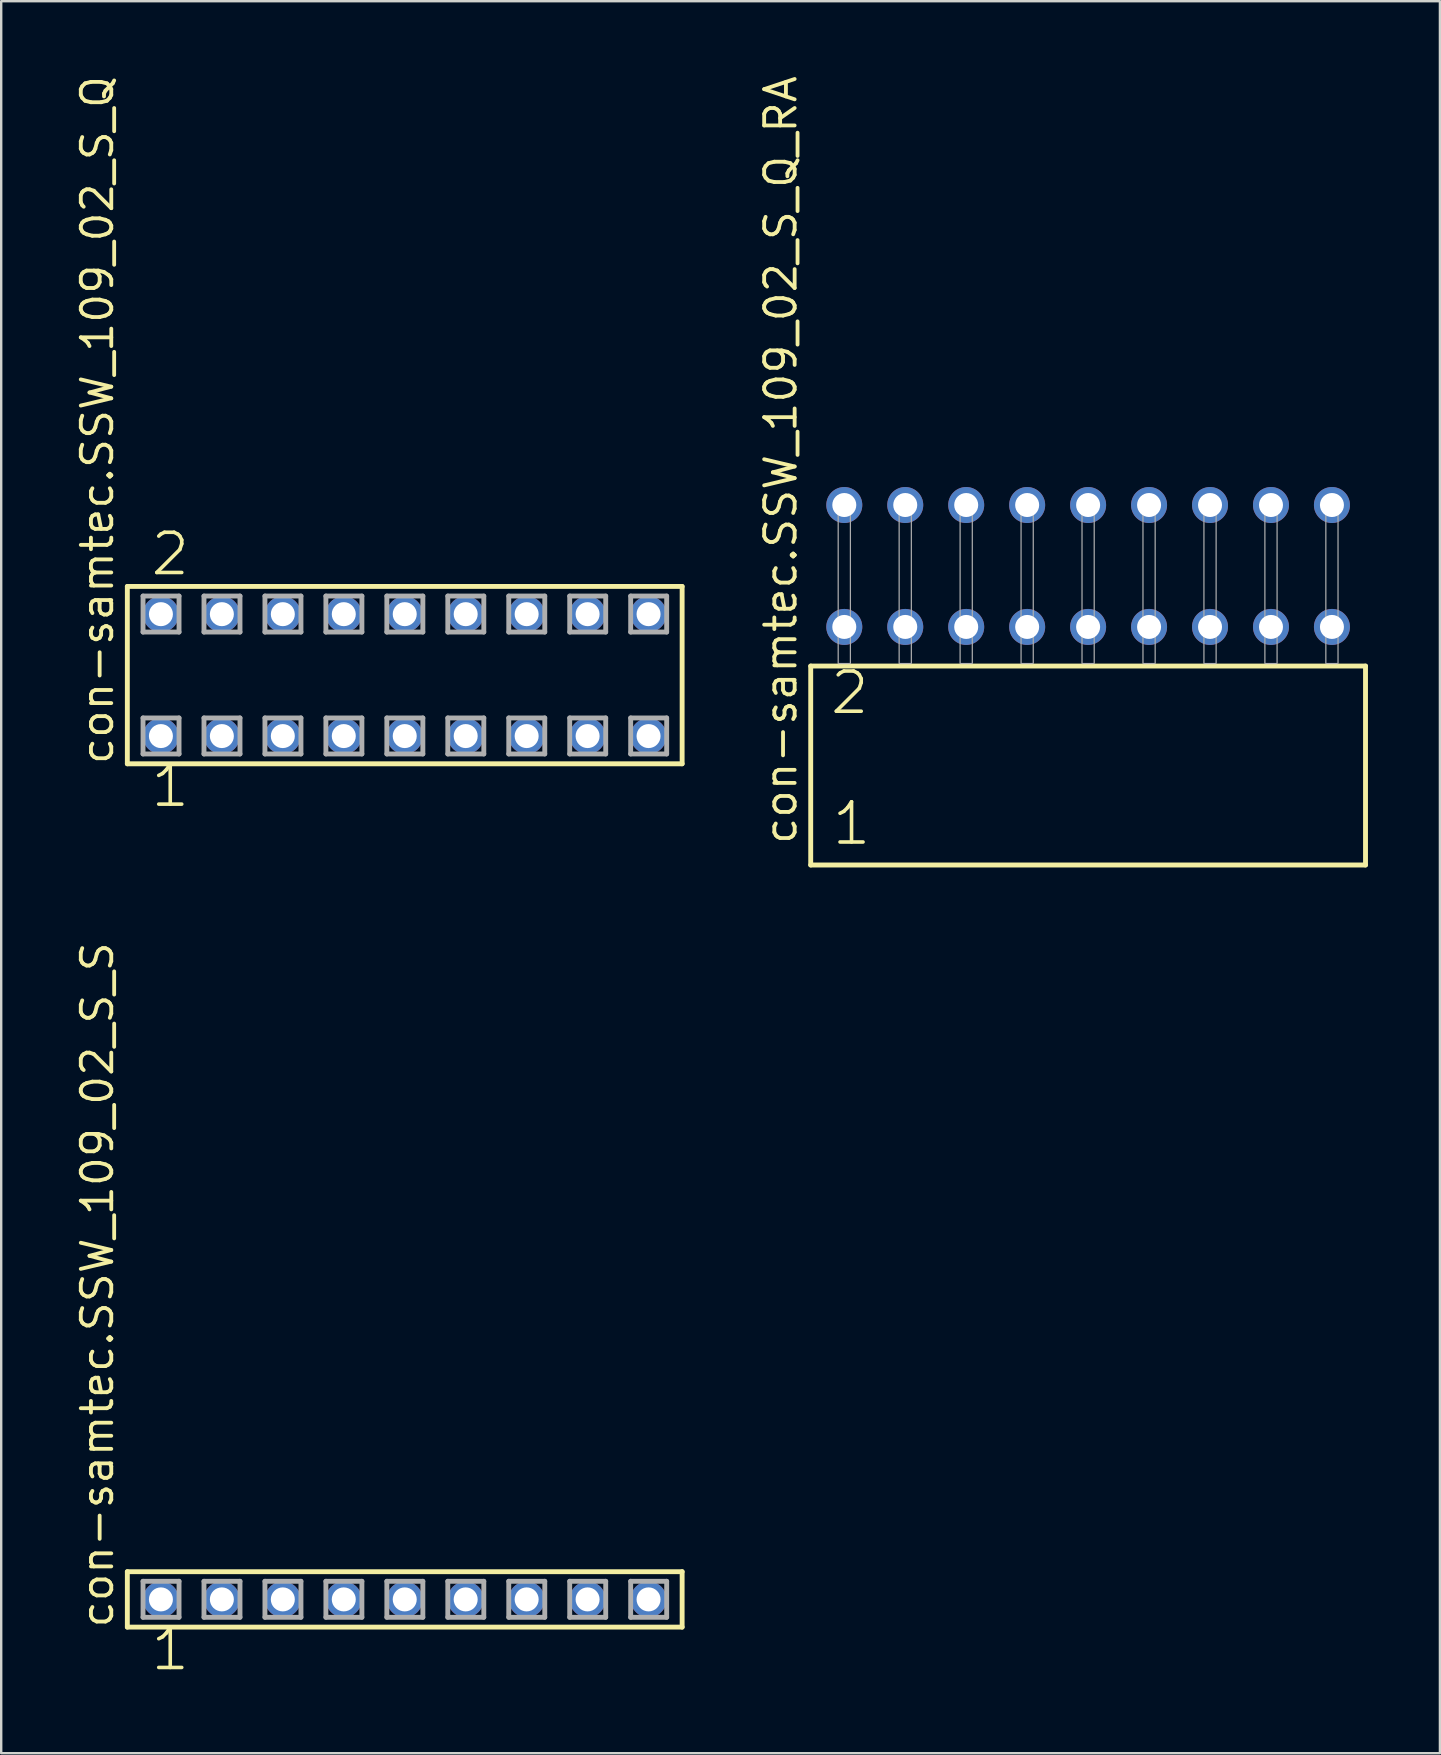
<source format=kicad_pcb>
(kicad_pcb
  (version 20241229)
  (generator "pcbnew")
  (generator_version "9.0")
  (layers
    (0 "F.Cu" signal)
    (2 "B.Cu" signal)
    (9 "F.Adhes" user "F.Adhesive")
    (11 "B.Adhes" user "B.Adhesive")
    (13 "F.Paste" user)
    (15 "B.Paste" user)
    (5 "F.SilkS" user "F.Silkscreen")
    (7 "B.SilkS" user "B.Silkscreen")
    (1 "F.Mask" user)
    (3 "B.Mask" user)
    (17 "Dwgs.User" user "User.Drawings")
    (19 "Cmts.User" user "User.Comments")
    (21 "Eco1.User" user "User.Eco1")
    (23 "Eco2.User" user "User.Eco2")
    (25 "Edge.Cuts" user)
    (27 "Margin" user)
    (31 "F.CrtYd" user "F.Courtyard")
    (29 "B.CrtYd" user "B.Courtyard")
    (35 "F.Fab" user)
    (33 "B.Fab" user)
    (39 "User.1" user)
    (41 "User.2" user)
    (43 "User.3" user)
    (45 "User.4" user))
  (footprint "con-samtec.SSW_109_02_S_Q_RA"
    (layer "F.Cu")
    (at 42.291 24.598)
    (property "Reference" "con-samtec.SSW_109_02_S_Q_RA" (at -12.065 7.62 90) (layer "F.SilkS") (effects (font (size 1.27 1.27) (thickness 0.16)) (justify left bottom)))
    (attr through_hole)
    (fp_line (start -11.559 0.106) (end -11.559 8.396) (stroke (width 0.203) (type default)) (layer "F.SilkS"))
    (fp_line (start -11.559 8.396) (end 11.559 8.396) (stroke (width 0.203) (type default)) (layer "F.SilkS"))
    (fp_line (start 11.559 0.106) (end -11.559 0.106) (stroke (width 0.203) (type default)) (layer "F.SilkS"))
    (fp_line (start 11.559 8.396) (end 11.559 0.106) (stroke (width 0.203) (type default)) (layer "F.SilkS"))
    (fp_rect (start -10.414 0) (end -9.906 -6.858) (stroke (width 0.05) (type default)) (fill no) (layer "F.Fab"))
    (fp_rect (start -7.874 0) (end -7.366 -6.858) (stroke (width 0.05) (type default)) (fill no) (layer "F.Fab"))
    (fp_rect (start -5.334 0) (end -4.826 -6.858) (stroke (width 0.05) (type default)) (fill no) (layer "F.Fab"))
    (fp_rect (start -2.794 0) (end -2.286 -6.858) (stroke (width 0.05) (type default)) (fill no) (layer "F.Fab"))
    (fp_rect (start -0.254 0) (end 0.254 -6.858) (stroke (width 0.05) (type default)) (fill no) (layer "F.Fab"))
    (fp_rect (start 2.286 0) (end 2.794 -6.858) (stroke (width 0.05) (type default)) (fill no) (layer "F.Fab"))
    (fp_rect (start 4.826 0) (end 5.334 -6.858) (stroke (width 0.05) (type default)) (fill no) (layer "F.Fab"))
    (fp_rect (start 7.366 0) (end 7.874 -6.858) (stroke (width 0.05) (type default)) (fill no) (layer "F.Fab"))
    (fp_rect (start 9.906 0) (end 10.414 -6.858) (stroke (width 0.05) (type default)) (fill no) (layer "F.Fab"))
    (fp_text user "1" (at -10.755 7.65 0) (layer "F.SilkS") (effects (font (size 1.676 1.676) (thickness 0.15)) (justify left bottom)))
    (fp_text user "2" (at -10.83 2.2 0) (layer "F.SilkS") (effects (font (size 1.676 1.676) (thickness 0.15)) (justify left bottom)))
    (pad "1" thru_hole circle (at -10.16 -1.524) (size 1.5 1.5) (drill 1) (layers "*.Cu" "*.Mask"))
    (pad "2" thru_hole circle (at -10.16 -6.604) (size 1.5 1.5) (drill 1) (layers "*.Cu" "*.Mask"))
    (pad "3" thru_hole circle (at -7.62 -1.524) (size 1.5 1.5) (drill 1) (layers "*.Cu" "*.Mask"))
    (pad "4" thru_hole circle (at -7.62 -6.604) (size 1.5 1.5) (drill 1) (layers "*.Cu" "*.Mask"))
    (pad "5" thru_hole circle (at -5.08 -1.524) (size 1.5 1.5) (drill 1) (layers "*.Cu" "*.Mask"))
    (pad "6" thru_hole circle (at -5.08 -6.604) (size 1.5 1.5) (drill 1) (layers "*.Cu" "*.Mask"))
    (pad "7" thru_hole circle (at -2.54 -1.524) (size 1.5 1.5) (drill 1) (layers "*.Cu" "*.Mask"))
    (pad "8" thru_hole circle (at -2.54 -6.604) (size 1.5 1.5) (drill 1) (layers "*.Cu" "*.Mask"))
    (pad "9" thru_hole circle (at 0 -1.524) (size 1.5 1.5) (drill 1) (layers "*.Cu" "*.Mask"))
    (pad "10" thru_hole circle (at 0 -6.604) (size 1.5 1.5) (drill 1) (layers "*.Cu" "*.Mask"))
    (pad "11" thru_hole circle (at 2.54 -1.524) (size 1.5 1.5) (drill 1) (layers "*.Cu" "*.Mask"))
    (pad "12" thru_hole circle (at 2.54 -6.604) (size 1.5 1.5) (drill 1) (layers "*.Cu" "*.Mask"))
    (pad "13" thru_hole circle (at 5.08 -1.524) (size 1.5 1.5) (drill 1) (layers "*.Cu" "*.Mask"))
    (pad "14" thru_hole circle (at 5.08 -6.604) (size 1.5 1.5) (drill 1) (layers "*.Cu" "*.Mask"))
    (pad "15" thru_hole circle (at 7.62 -1.524) (size 1.5 1.5) (drill 1) (layers "*.Cu" "*.Mask"))
    (pad "16" thru_hole circle (at 7.62 -6.604) (size 1.5 1.5) (drill 1) (layers "*.Cu" "*.Mask"))
    (pad "17" thru_hole circle (at 10.16 -1.524) (size 1.5 1.5) (drill 1) (layers "*.Cu" "*.Mask"))
    (pad "18" thru_hole circle (at 10.16 -6.604) (size 1.5 1.5) (drill 1) (layers "*.Cu" "*.Mask")))
  (footprint "con-samtec.SSW_109_02_S_Q"
    (layer "F.Cu")
    (at 13.815 25.082)
    (property "Reference" "con-samtec.SSW_109_02_S_Q" (at -12.065 3.81 90) (layer "F.SilkS") (effects (font (size 1.27 1.27) (thickness 0.16)) (justify left bottom)))
    (attr through_hole)
    (fp_line (start -11.559 -3.695) (end 11.559 -3.695) (stroke (width 0.203) (type default)) (layer "F.SilkS"))
    (fp_line (start -11.559 3.695) (end -11.559 -3.695) (stroke (width 0.203) (type default)) (layer "F.SilkS"))
    (fp_line (start 11.559 -3.695) (end 11.559 3.695) (stroke (width 0.203) (type default)) (layer "F.SilkS"))
    (fp_line (start 11.559 3.695) (end -11.559 3.695) (stroke (width 0.203) (type default)) (layer "F.SilkS"))
    (fp_line (start -10.905 -3.295) (end -9.405 -3.295) (stroke (width 0.203) (type default)) (layer "F.Fab"))
    (fp_line (start -10.905 -1.795) (end -10.905 -3.295) (stroke (width 0.203) (type default)) (layer "F.Fab"))
    (fp_line (start -10.905 1.785) (end -9.405 1.785) (stroke (width 0.203) (type default)) (layer "F.Fab"))
    (fp_line (start -10.905 3.285) (end -10.905 1.785) (stroke (width 0.203) (type default)) (layer "F.Fab"))
    (fp_line (start -9.405 -3.295) (end -9.405 -1.795) (stroke (width 0.203) (type default)) (layer "F.Fab"))
    (fp_line (start -9.405 -1.795) (end -10.905 -1.795) (stroke (width 0.203) (type default)) (layer "F.Fab"))
    (fp_line (start -9.405 1.785) (end -9.405 3.285) (stroke (width 0.203) (type default)) (layer "F.Fab"))
    (fp_line (start -9.405 3.285) (end -10.905 3.285) (stroke (width 0.203) (type default)) (layer "F.Fab"))
    (fp_line (start -8.365 -3.295) (end -6.865 -3.295) (stroke (width 0.203) (type default)) (layer "F.Fab"))
    (fp_line (start -8.365 -1.795) (end -8.365 -3.295) (stroke (width 0.203) (type default)) (layer "F.Fab"))
    (fp_line (start -8.365 1.785) (end -6.865 1.785) (stroke (width 0.203) (type default)) (layer "F.Fab"))
    (fp_line (start -8.365 3.285) (end -8.365 1.785) (stroke (width 0.203) (type default)) (layer "F.Fab"))
    (fp_line (start -6.865 -3.295) (end -6.865 -1.795) (stroke (width 0.203) (type default)) (layer "F.Fab"))
    (fp_line (start -6.865 -1.795) (end -8.365 -1.795) (stroke (width 0.203) (type default)) (layer "F.Fab"))
    (fp_line (start -6.865 1.785) (end -6.865 3.285) (stroke (width 0.203) (type default)) (layer "F.Fab"))
    (fp_line (start -6.865 3.285) (end -8.365 3.285) (stroke (width 0.203) (type default)) (layer "F.Fab"))
    (fp_line (start -5.825 -3.295) (end -4.325 -3.295) (stroke (width 0.203) (type default)) (layer "F.Fab"))
    (fp_line (start -5.825 -1.795) (end -5.825 -3.295) (stroke (width 0.203) (type default)) (layer "F.Fab"))
    (fp_line (start -5.825 1.785) (end -4.325 1.785) (stroke (width 0.203) (type default)) (layer "F.Fab"))
    (fp_line (start -5.825 3.285) (end -5.825 1.785) (stroke (width 0.203) (type default)) (layer "F.Fab"))
    (fp_line (start -4.325 -3.295) (end -4.325 -1.795) (stroke (width 0.203) (type default)) (layer "F.Fab"))
    (fp_line (start -4.325 -1.795) (end -5.825 -1.795) (stroke (width 0.203) (type default)) (layer "F.Fab"))
    (fp_line (start -4.325 1.785) (end -4.325 3.285) (stroke (width 0.203) (type default)) (layer "F.Fab"))
    (fp_line (start -4.325 3.285) (end -5.825 3.285) (stroke (width 0.203) (type default)) (layer "F.Fab"))
    (fp_line (start -3.285 -3.295) (end -1.785 -3.295) (stroke (width 0.203) (type default)) (layer "F.Fab"))
    (fp_line (start -3.285 -1.795) (end -3.285 -3.295) (stroke (width 0.203) (type default)) (layer "F.Fab"))
    (fp_line (start -3.285 1.785) (end -1.785 1.785) (stroke (width 0.203) (type default)) (layer "F.Fab"))
    (fp_line (start -3.285 3.285) (end -3.285 1.785) (stroke (width 0.203) (type default)) (layer "F.Fab"))
    (fp_line (start -1.785 -3.295) (end -1.785 -1.795) (stroke (width 0.203) (type default)) (layer "F.Fab"))
    (fp_line (start -1.785 -1.795) (end -3.285 -1.795) (stroke (width 0.203) (type default)) (layer "F.Fab"))
    (fp_line (start -1.785 1.785) (end -1.785 3.285) (stroke (width 0.203) (type default)) (layer "F.Fab"))
    (fp_line (start -1.785 3.285) (end -3.285 3.285) (stroke (width 0.203) (type default)) (layer "F.Fab"))
    (fp_line (start -0.745 -3.295) (end 0.755 -3.295) (stroke (width 0.203) (type default)) (layer "F.Fab"))
    (fp_line (start -0.745 -1.795) (end -0.745 -3.295) (stroke (width 0.203) (type default)) (layer "F.Fab"))
    (fp_line (start -0.745 1.785) (end 0.755 1.785) (stroke (width 0.203) (type default)) (layer "F.Fab"))
    (fp_line (start -0.745 3.285) (end -0.745 1.785) (stroke (width 0.203) (type default)) (layer "F.Fab"))
    (fp_line (start 0.755 -3.295) (end 0.755 -1.795) (stroke (width 0.203) (type default)) (layer "F.Fab"))
    (fp_line (start 0.755 -1.795) (end -0.745 -1.795) (stroke (width 0.203) (type default)) (layer "F.Fab"))
    (fp_line (start 0.755 1.785) (end 0.755 3.285) (stroke (width 0.203) (type default)) (layer "F.Fab"))
    (fp_line (start 0.755 3.285) (end -0.745 3.285) (stroke (width 0.203) (type default)) (layer "F.Fab"))
    (fp_line (start 1.795 -3.295) (end 3.295 -3.295) (stroke (width 0.203) (type default)) (layer "F.Fab"))
    (fp_line (start 1.795 -1.795) (end 1.795 -3.295) (stroke (width 0.203) (type default)) (layer "F.Fab"))
    (fp_line (start 1.795 1.785) (end 3.295 1.785) (stroke (width 0.203) (type default)) (layer "F.Fab"))
    (fp_line (start 1.795 3.285) (end 1.795 1.785) (stroke (width 0.203) (type default)) (layer "F.Fab"))
    (fp_line (start 3.295 -3.295) (end 3.295 -1.795) (stroke (width 0.203) (type default)) (layer "F.Fab"))
    (fp_line (start 3.295 -1.795) (end 1.795 -1.795) (stroke (width 0.203) (type default)) (layer "F.Fab"))
    (fp_line (start 3.295 1.785) (end 3.295 3.285) (stroke (width 0.203) (type default)) (layer "F.Fab"))
    (fp_line (start 3.295 3.285) (end 1.795 3.285) (stroke (width 0.203) (type default)) (layer "F.Fab"))
    (fp_line (start 4.335 -3.295) (end 5.835 -3.295) (stroke (width 0.203) (type default)) (layer "F.Fab"))
    (fp_line (start 4.335 -1.795) (end 4.335 -3.295) (stroke (width 0.203) (type default)) (layer "F.Fab"))
    (fp_line (start 4.335 1.785) (end 5.835 1.785) (stroke (width 0.203) (type default)) (layer "F.Fab"))
    (fp_line (start 4.335 3.285) (end 4.335 1.785) (stroke (width 0.203) (type default)) (layer "F.Fab"))
    (fp_line (start 5.835 -3.295) (end 5.835 -1.795) (stroke (width 0.203) (type default)) (layer "F.Fab"))
    (fp_line (start 5.835 -1.795) (end 4.335 -1.795) (stroke (width 0.203) (type default)) (layer "F.Fab"))
    (fp_line (start 5.835 1.785) (end 5.835 3.285) (stroke (width 0.203) (type default)) (layer "F.Fab"))
    (fp_line (start 5.835 3.285) (end 4.335 3.285) (stroke (width 0.203) (type default)) (layer "F.Fab"))
    (fp_line (start 6.875 -3.295) (end 8.375 -3.295) (stroke (width 0.203) (type default)) (layer "F.Fab"))
    (fp_line (start 6.875 -1.795) (end 6.875 -3.295) (stroke (width 0.203) (type default)) (layer "F.Fab"))
    (fp_line (start 6.875 1.785) (end 8.375 1.785) (stroke (width 0.203) (type default)) (layer "F.Fab"))
    (fp_line (start 6.875 3.285) (end 6.875 1.785) (stroke (width 0.203) (type default)) (layer "F.Fab"))
    (fp_line (start 8.375 -3.295) (end 8.375 -1.795) (stroke (width 0.203) (type default)) (layer "F.Fab"))
    (fp_line (start 8.375 -1.795) (end 6.875 -1.795) (stroke (width 0.203) (type default)) (layer "F.Fab"))
    (fp_line (start 8.375 1.785) (end 8.375 3.285) (stroke (width 0.203) (type default)) (layer "F.Fab"))
    (fp_line (start 8.375 3.285) (end 6.875 3.285) (stroke (width 0.203) (type default)) (layer "F.Fab"))
    (fp_line (start 9.415 -3.295) (end 10.915 -3.295) (stroke (width 0.203) (type default)) (layer "F.Fab"))
    (fp_line (start 9.415 -1.795) (end 9.415 -3.295) (stroke (width 0.203) (type default)) (layer "F.Fab"))
    (fp_line (start 9.415 1.785) (end 10.915 1.785) (stroke (width 0.203) (type default)) (layer "F.Fab"))
    (fp_line (start 9.415 3.285) (end 9.415 1.785) (stroke (width 0.203) (type default)) (layer "F.Fab"))
    (fp_line (start 10.915 -3.295) (end 10.915 -1.795) (stroke (width 0.203) (type default)) (layer "F.Fab"))
    (fp_line (start 10.915 -1.795) (end 9.415 -1.795) (stroke (width 0.203) (type default)) (layer "F.Fab"))
    (fp_line (start 10.915 1.785) (end 10.915 3.285) (stroke (width 0.203) (type default)) (layer "F.Fab"))
    (fp_line (start 10.915 3.285) (end 9.415 3.285) (stroke (width 0.203) (type default)) (layer "F.Fab"))
    (fp_text user "2" (at -10.668 -4.064 0) (layer "F.SilkS") (effects (font (size 1.676 1.676) (thickness 0.15)) (justify left bottom)))
    (fp_text user "1" (at -10.668 5.588 0) (layer "F.SilkS") (effects (font (size 1.676 1.676) (thickness 0.15)) (justify left bottom)))
    (pad "1" thru_hole circle (at -10.16 2.54) (size 1.5 1.5) (drill 1) (layers "*.Cu" "*.Mask"))
    (pad "2" thru_hole circle (at -10.16 -2.54) (size 1.5 1.5) (drill 1) (layers "*.Cu" "*.Mask"))
    (pad "3" thru_hole circle (at -7.62 2.54) (size 1.5 1.5) (drill 1) (layers "*.Cu" "*.Mask"))
    (pad "4" thru_hole circle (at -7.62 -2.54) (size 1.5 1.5) (drill 1) (layers "*.Cu" "*.Mask"))
    (pad "5" thru_hole circle (at -5.08 2.54) (size 1.5 1.5) (drill 1) (layers "*.Cu" "*.Mask"))
    (pad "6" thru_hole circle (at -5.08 -2.54) (size 1.5 1.5) (drill 1) (layers "*.Cu" "*.Mask"))
    (pad "7" thru_hole circle (at -2.54 2.54) (size 1.5 1.5) (drill 1) (layers "*.Cu" "*.Mask"))
    (pad "8" thru_hole circle (at -2.54 -2.54) (size 1.5 1.5) (drill 1) (layers "*.Cu" "*.Mask"))
    (pad "9" thru_hole circle (at 0 2.54) (size 1.5 1.5) (drill 1) (layers "*.Cu" "*.Mask"))
    (pad "10" thru_hole circle (at 0 -2.54) (size 1.5 1.5) (drill 1) (layers "*.Cu" "*.Mask"))
    (pad "11" thru_hole circle (at 2.54 2.54) (size 1.5 1.5) (drill 1) (layers "*.Cu" "*.Mask"))
    (pad "12" thru_hole circle (at 2.54 -2.54) (size 1.5 1.5) (drill 1) (layers "*.Cu" "*.Mask"))
    (pad "13" thru_hole circle (at 5.08 2.54) (size 1.5 1.5) (drill 1) (layers "*.Cu" "*.Mask"))
    (pad "14" thru_hole circle (at 5.08 -2.54) (size 1.5 1.5) (drill 1) (layers "*.Cu" "*.Mask"))
    (pad "15" thru_hole circle (at 7.62 2.54) (size 1.5 1.5) (drill 1) (layers "*.Cu" "*.Mask"))
    (pad "16" thru_hole circle (at 7.62 -2.54) (size 1.5 1.5) (drill 1) (layers "*.Cu" "*.Mask"))
    (pad "17" thru_hole circle (at 10.16 2.54) (size 1.5 1.5) (drill 1) (layers "*.Cu" "*.Mask"))
    (pad "18" thru_hole circle (at 10.16 -2.54) (size 1.5 1.5) (drill 1) (layers "*.Cu" "*.Mask")))
  (footprint "con-samtec.SSW_109_02_S_S"
    (layer "F.Cu")
    (at 13.815 63.596)
    (property "Reference" "con-samtec.SSW_109_02_S_S" (at -12.065 1.27 90) (layer "F.SilkS") (effects (font (size 1.27 1.27) (thickness 0.16)) (justify left bottom)))
    (attr through_hole)
    (fp_line (start -11.559 -1.155) (end 11.559 -1.155) (stroke (width 0.203) (type default)) (layer "F.SilkS"))
    (fp_line (start -11.559 1.155) (end -11.559 -1.155) (stroke (width 0.203) (type default)) (layer "F.SilkS"))
    (fp_line (start 11.559 -1.155) (end 11.559 1.155) (stroke (width 0.203) (type default)) (layer "F.SilkS"))
    (fp_line (start 11.559 1.155) (end -11.559 1.155) (stroke (width 0.203) (type default)) (layer "F.SilkS"))
    (fp_line (start -10.905 -0.755) (end -9.405 -0.755) (stroke (width 0.203) (type default)) (layer "F.Fab"))
    (fp_line (start -10.905 0.745) (end -10.905 -0.755) (stroke (width 0.203) (type default)) (layer "F.Fab"))
    (fp_line (start -9.405 -0.755) (end -9.405 0.745) (stroke (width 0.203) (type default)) (layer "F.Fab"))
    (fp_line (start -9.405 0.745) (end -10.905 0.745) (stroke (width 0.203) (type default)) (layer "F.Fab"))
    (fp_line (start -8.365 -0.755) (end -6.865 -0.755) (stroke (width 0.203) (type default)) (layer "F.Fab"))
    (fp_line (start -8.365 0.745) (end -8.365 -0.755) (stroke (width 0.203) (type default)) (layer "F.Fab"))
    (fp_line (start -6.865 -0.755) (end -6.865 0.745) (stroke (width 0.203) (type default)) (layer "F.Fab"))
    (fp_line (start -6.865 0.745) (end -8.365 0.745) (stroke (width 0.203) (type default)) (layer "F.Fab"))
    (fp_line (start -5.825 -0.755) (end -4.325 -0.755) (stroke (width 0.203) (type default)) (layer "F.Fab"))
    (fp_line (start -5.825 0.745) (end -5.825 -0.755) (stroke (width 0.203) (type default)) (layer "F.Fab"))
    (fp_line (start -4.325 -0.755) (end -4.325 0.745) (stroke (width 0.203) (type default)) (layer "F.Fab"))
    (fp_line (start -4.325 0.745) (end -5.825 0.745) (stroke (width 0.203) (type default)) (layer "F.Fab"))
    (fp_line (start -3.285 -0.755) (end -1.785 -0.755) (stroke (width 0.203) (type default)) (layer "F.Fab"))
    (fp_line (start -3.285 0.745) (end -3.285 -0.755) (stroke (width 0.203) (type default)) (layer "F.Fab"))
    (fp_line (start -1.785 -0.755) (end -1.785 0.745) (stroke (width 0.203) (type default)) (layer "F.Fab"))
    (fp_line (start -1.785 0.745) (end -3.285 0.745) (stroke (width 0.203) (type default)) (layer "F.Fab"))
    (fp_line (start -0.745 -0.755) (end 0.755 -0.755) (stroke (width 0.203) (type default)) (layer "F.Fab"))
    (fp_line (start -0.745 0.745) (end -0.745 -0.755) (stroke (width 0.203) (type default)) (layer "F.Fab"))
    (fp_line (start 0.755 -0.755) (end 0.755 0.745) (stroke (width 0.203) (type default)) (layer "F.Fab"))
    (fp_line (start 0.755 0.745) (end -0.745 0.745) (stroke (width 0.203) (type default)) (layer "F.Fab"))
    (fp_line (start 1.795 -0.755) (end 3.295 -0.755) (stroke (width 0.203) (type default)) (layer "F.Fab"))
    (fp_line (start 1.795 0.745) (end 1.795 -0.755) (stroke (width 0.203) (type default)) (layer "F.Fab"))
    (fp_line (start 3.295 -0.755) (end 3.295 0.745) (stroke (width 0.203) (type default)) (layer "F.Fab"))
    (fp_line (start 3.295 0.745) (end 1.795 0.745) (stroke (width 0.203) (type default)) (layer "F.Fab"))
    (fp_line (start 4.335 -0.755) (end 5.835 -0.755) (stroke (width 0.203) (type default)) (layer "F.Fab"))
    (fp_line (start 4.335 0.745) (end 4.335 -0.755) (stroke (width 0.203) (type default)) (layer "F.Fab"))
    (fp_line (start 5.835 -0.755) (end 5.835 0.745) (stroke (width 0.203) (type default)) (layer "F.Fab"))
    (fp_line (start 5.835 0.745) (end 4.335 0.745) (stroke (width 0.203) (type default)) (layer "F.Fab"))
    (fp_line (start 6.875 -0.755) (end 8.375 -0.755) (stroke (width 0.203) (type default)) (layer "F.Fab"))
    (fp_line (start 6.875 0.745) (end 6.875 -0.755) (stroke (width 0.203) (type default)) (layer "F.Fab"))
    (fp_line (start 8.375 -0.755) (end 8.375 0.745) (stroke (width 0.203) (type default)) (layer "F.Fab"))
    (fp_line (start 8.375 0.745) (end 6.875 0.745) (stroke (width 0.203) (type default)) (layer "F.Fab"))
    (fp_line (start 9.415 -0.755) (end 10.915 -0.755) (stroke (width 0.203) (type default)) (layer "F.Fab"))
    (fp_line (start 9.415 0.745) (end 9.415 -0.755) (stroke (width 0.203) (type default)) (layer "F.Fab"))
    (fp_line (start 10.915 -0.755) (end 10.915 0.745) (stroke (width 0.203) (type default)) (layer "F.Fab"))
    (fp_line (start 10.915 0.745) (end 9.415 0.745) (stroke (width 0.203) (type default)) (layer "F.Fab"))
    (fp_text user "1" (at -10.668 3.048 0) (layer "F.SilkS") (effects (font (size 1.676 1.676) (thickness 0.15)) (justify left bottom)))
    (pad "1" thru_hole circle (at -10.16 0) (size 1.5 1.5) (drill 1) (layers "*.Cu" "*.Mask"))
    (pad "2" thru_hole circle (at -7.62 0) (size 1.5 1.5) (drill 1) (layers "*.Cu" "*.Mask"))
    (pad "3" thru_hole circle (at -5.08 0) (size 1.5 1.5) (drill 1) (layers "*.Cu" "*.Mask"))
    (pad "4" thru_hole circle (at -2.54 0) (size 1.5 1.5) (drill 1) (layers "*.Cu" "*.Mask"))
    (pad "5" thru_hole circle (at 0 0) (size 1.5 1.5) (drill 1) (layers "*.Cu" "*.Mask"))
    (pad "6" thru_hole circle (at 2.54 0) (size 1.5 1.5) (drill 1) (layers "*.Cu" "*.Mask"))
    (pad "7" thru_hole circle (at 5.08 0) (size 1.5 1.5) (drill 1) (layers "*.Cu" "*.Mask"))
    (pad "8" thru_hole circle (at 7.62 0) (size 1.5 1.5) (drill 1) (layers "*.Cu" "*.Mask"))
    (pad "9" thru_hole circle (at 10.16 0) (size 1.5 1.5) (drill 1) (layers "*.Cu" "*.Mask")))
  (gr_rect
    (start -3 -3)
    (end 56.951 70.006)
    (stroke (width 0.1) (type default))
    (fill no)
    (layer "Edge.Cuts")))
</source>
